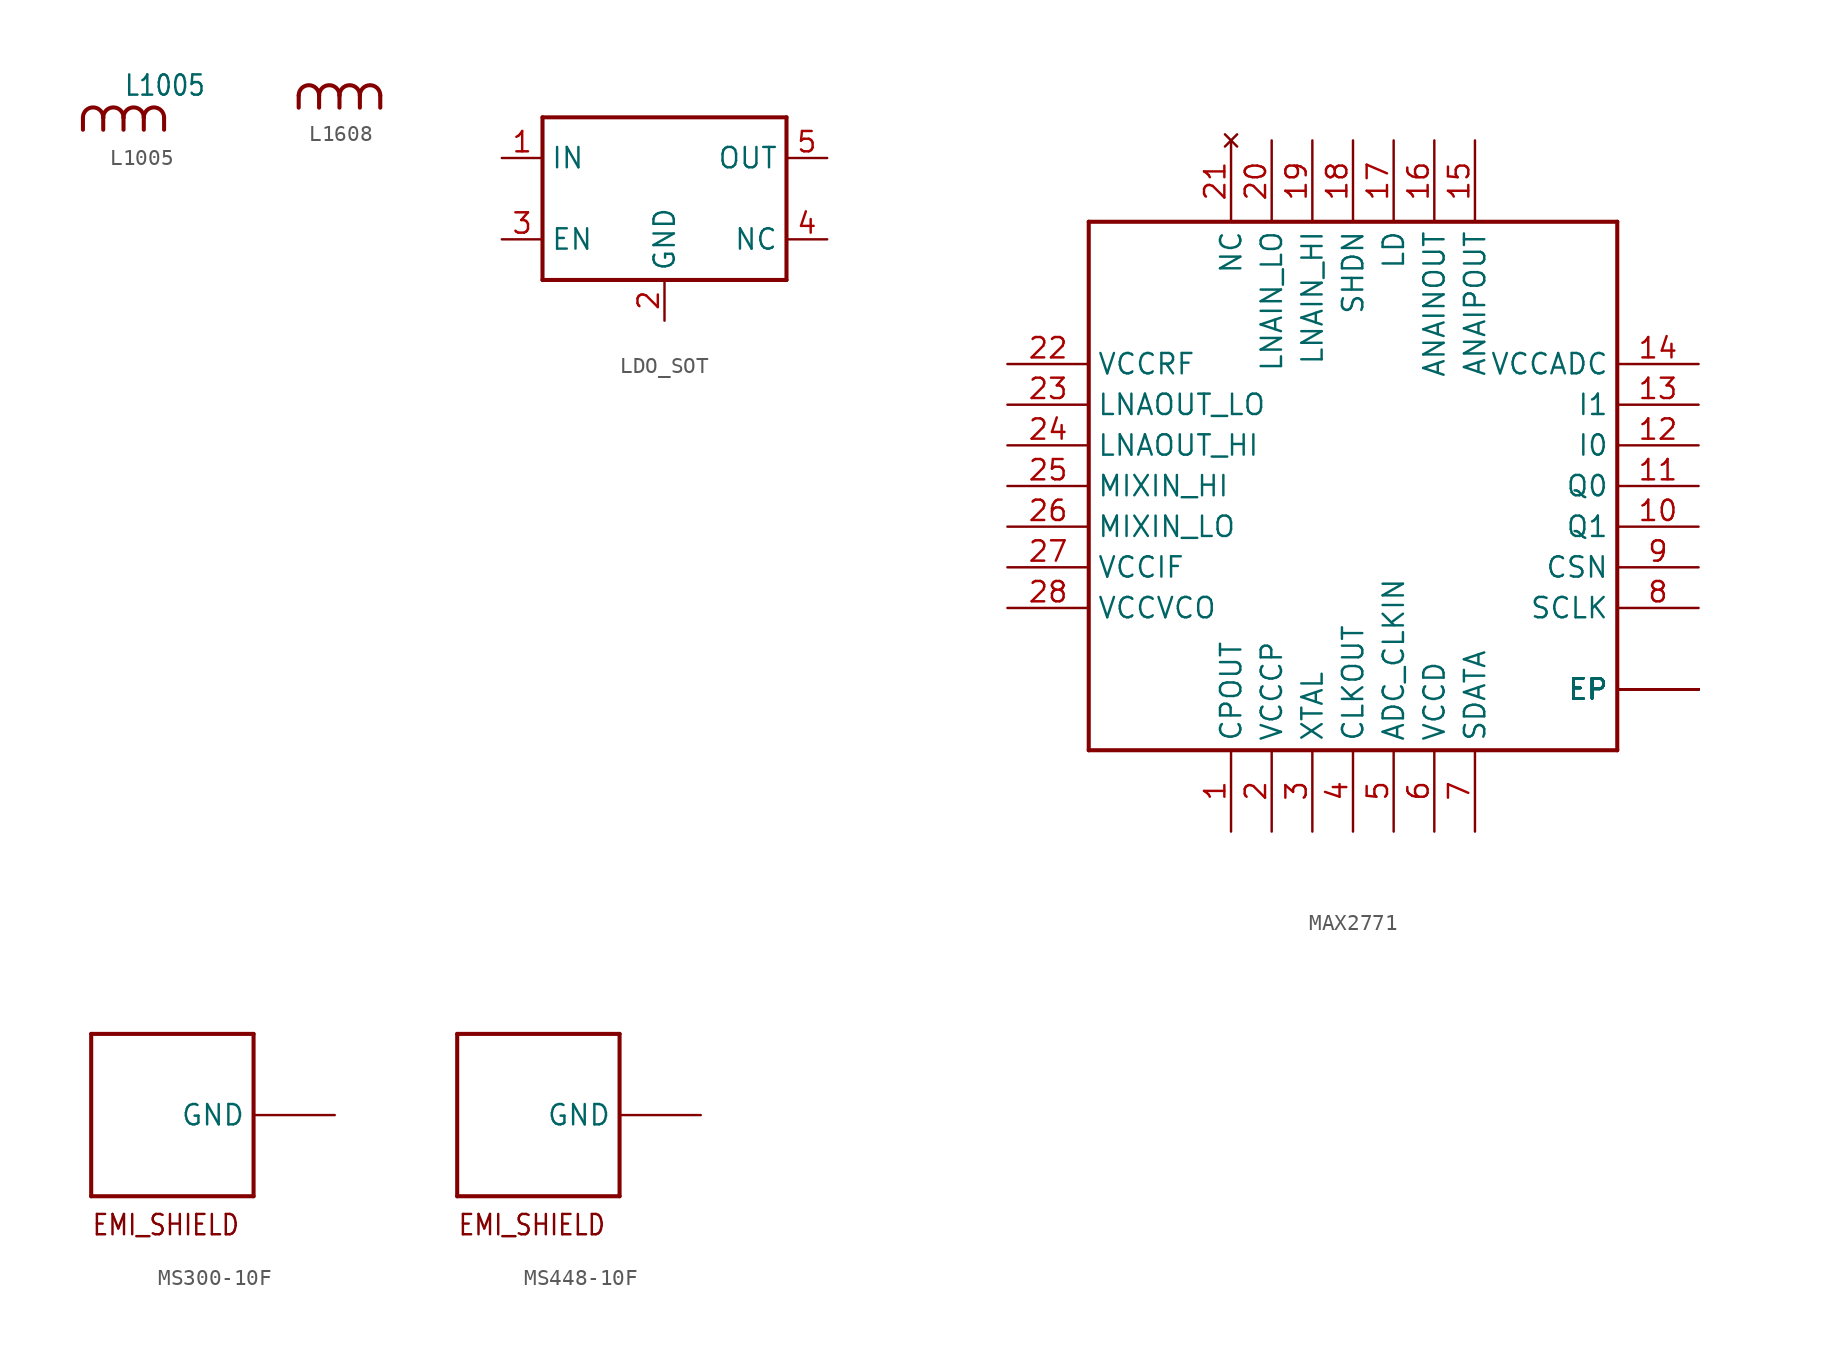
<source format=kicad_sym>
(kicad_symbol_lib
  (version 20231120)
  (generator "kicad_symbol_editor")
  (generator_version "8.0")
  (symbol "L1005"
    (property "Reference" ""
      (at -4.826 2.032 0)
      (effects (font (size 1.27 1.079)) (justify left bottom) (hide yes)))
    (property "Value" "L1005"
      (at 0 2.032 0)
      (effects (font (size 1.27 1.079)) (justify left bottom)))
    (property "ki_locked" ""
      (at 0 0 0)
      (effects (font (size 1.27 1.27))))
    (symbol "L1005_1_0"
      (arc (start -1.27 0.762) (mid -1.905 1.3943) (end -2.54 0.762) (stroke (width 0.254) (type solid)) (fill (type none)))
      (polyline (pts (xy -2.54 0) (xy -2.54 0.762)) (stroke (width 0.254) (type solid)) (fill (type none)))
      (polyline (pts (xy -1.27 0) (xy -1.27 0.762)) (stroke (width 0.254) (type solid)) (fill (type none)))
      (polyline (pts (xy 0 0) (xy 0 0.762)) (stroke (width 0.254) (type solid)) (fill (type none)))
      (polyline (pts (xy 1.27 0) (xy 1.27 0.762)) (stroke (width 0.254) (type solid)) (fill (type none)))
      (polyline (pts (xy 2.54 0.762) (xy 2.54 0)) (stroke (width 0.254) (type solid)) (fill (type none)))
      (arc (start 0 0.762) (mid -0.635 1.3943) (end -1.27 0.762) (stroke (width 0.254) (type solid)) (fill (type none)))
      (arc (start 1.27 0.762) (mid 0.635 1.3943) (end 0 0.762) (stroke (width 0.254) (type solid)) (fill (type none)))
      (arc (start 2.54 0.762) (mid 1.905 1.3943) (end 1.27 0.762) (stroke (width 0.254) (type solid)) (fill (type none)))
      (pin passive line (at -2.54 0 0) (length 0) (name "P$1" (effects (font (size 0 0)))) (number "1" (effects (font (size 0 0)))))
      (pin passive line (at 2.54 0 0) (length 0) (name "P$2" (effects (font (size 0 0)))) (number "2" (effects (font (size 0 0)))))))
  (symbol "L1608"
    (property "Reference" ""
      (at -4.826 2.032 0)
      (effects (font (size 1.27 1.079)) (justify left bottom) (hide yes)))
    (property "Value" ""
      (at 0 2.032 0)
      (effects (font (size 1.27 1.079)) (justify left bottom)))
    (property "ki_locked" ""
      (at 0 0 0)
      (effects (font (size 1.27 1.27))))
    (symbol "L1608_1_0"
      (arc (start -1.27 0.762) (mid -1.905 1.3943) (end -2.54 0.762) (stroke (width 0.254) (type solid)) (fill (type none)))
      (polyline (pts (xy -2.54 0) (xy -2.54 0.762)) (stroke (width 0.254) (type solid)) (fill (type none)))
      (polyline (pts (xy -1.27 0) (xy -1.27 0.762)) (stroke (width 0.254) (type solid)) (fill (type none)))
      (polyline (pts (xy 0 0) (xy 0 0.762)) (stroke (width 0.254) (type solid)) (fill (type none)))
      (polyline (pts (xy 1.27 0) (xy 1.27 0.762)) (stroke (width 0.254) (type solid)) (fill (type none)))
      (polyline (pts (xy 2.54 0.762) (xy 2.54 0)) (stroke (width 0.254) (type solid)) (fill (type none)))
      (arc (start 0 0.762) (mid -0.635 1.3943) (end -1.27 0.762) (stroke (width 0.254) (type solid)) (fill (type none)))
      (arc (start 1.27 0.762) (mid 0.635 1.3943) (end 0 0.762) (stroke (width 0.254) (type solid)) (fill (type none)))
      (arc (start 2.54 0.762) (mid 1.905 1.3943) (end 1.27 0.762) (stroke (width 0.254) (type solid)) (fill (type none)))
      (pin passive line (at -2.54 0 0) (length 0) (name "P$1" (effects (font (size 0 0)))) (number "1" (effects (font (size 0 0)))))
      (pin passive line (at 2.54 0 0) (length 0) (name "P$2" (effects (font (size 0 0)))) (number "2" (effects (font (size 0 0)))))))
  (symbol "LDO_SOT"
    (property "Reference" ""
      (at -10.16 6.35 0)
      (effects (font (size 1.778 1.511)) (justify left bottom) (hide yes)))
    (property "Value" ""
      (at 0 6.35 0)
      (effects (font (size 1.778 1.511)) (justify left bottom)))
    (property "ki_locked" ""
      (at 0 0 0)
      (effects (font (size 1.27 1.27))))
    (symbol "LDO_SOT_1_0"
      (polyline (pts (xy -7.62 -5.08) (xy -7.62 5.08)) (stroke (width 0.254) (type solid)) (fill (type none)))
      (polyline (pts (xy -7.62 5.08) (xy 7.62 5.08)) (stroke (width 0.254) (type solid)) (fill (type none)))
      (polyline (pts (xy 7.62 -5.08) (xy -7.62 -5.08)) (stroke (width 0.254) (type solid)) (fill (type none)))
      (polyline (pts (xy 7.62 5.08) (xy 7.62 -5.08)) (stroke (width 0.254) (type solid)) (fill (type none)))
      (pin bidirectional line (at -10.16 2.54 0) (length 2.54) (name "IN" (effects (font (size 1.27 1.27)))) (number "1" (effects (font (size 1.27 1.27)))))
      (pin bidirectional line (at 0 -7.62 90) (length 2.54) (name "GND" (effects (font (size 1.27 1.27)))) (number "2" (effects (font (size 1.27 1.27)))))
      (pin bidirectional line (at -10.16 -2.54 0) (length 2.54) (name "EN" (effects (font (size 1.27 1.27)))) (number "3" (effects (font (size 1.27 1.27)))))
      (pin bidirectional line (at 10.16 -2.54 180) (length 2.54) (name "NC" (effects (font (size 1.27 1.27)))) (number "4" (effects (font (size 1.27 1.27)))))
      (pin bidirectional line (at 10.16 2.54 180) (length 2.54) (name "OUT" (effects (font (size 1.27 1.27)))) (number "5" (effects (font (size 1.27 1.27)))))))
  (symbol "MAX2771"
    (property "Reference" ""
      (at -5.08 10.16 0)
      (effects (font (size 1.27 1.079)) (justify left bottom) (hide yes)))
    (property "Value" ""
      (at -5.08 5.08 0)
      (effects (font (size 1.27 1.079)) (justify left bottom)))
    (property "ki_locked" ""
      (at 0 0 0)
      (effects (font (size 1.27 1.27))))
    (symbol "MAX2771_1_0"
      (polyline (pts (xy -16.51 -16.51) (xy 16.51 -16.51)) (stroke (width 0.254) (type solid)) (fill (type none)))
      (polyline (pts (xy -16.51 16.51) (xy -16.51 -16.51)) (stroke (width 0.254) (type solid)) (fill (type none)))
      (polyline (pts (xy 16.51 -16.51) (xy 16.51 16.51)) (stroke (width 0.254) (type solid)) (fill (type none)))
      (polyline (pts (xy 16.51 16.51) (xy -16.51 16.51)) (stroke (width 0.254) (type solid)) (fill (type none)))
      (pin bidirectional line (at -7.62 -21.59 90) (length 5.08) (name "CPOUT" (effects (font (size 1.27 1.27)))) (number "1" (effects (font (size 1.27 1.27)))))
      (pin output line (at 21.59 -2.54 180) (length 5.08) (name "Q1" (effects (font (size 1.27 1.27)))) (number "10" (effects (font (size 1.27 1.27)))))
      (pin output line (at 21.59 0 180) (length 5.08) (name "Q0" (effects (font (size 1.27 1.27)))) (number "11" (effects (font (size 1.27 1.27)))))
      (pin output line (at 21.59 2.54 180) (length 5.08) (name "I0" (effects (font (size 1.27 1.27)))) (number "12" (effects (font (size 1.27 1.27)))))
      (pin output line (at 21.59 5.08 180) (length 5.08) (name "I1" (effects (font (size 1.27 1.27)))) (number "13" (effects (font (size 1.27 1.27)))))
      (pin power_in line (at 21.59 7.62 180) (length 5.08) (name "VCCADC" (effects (font (size 1.27 1.27)))) (number "14" (effects (font (size 1.27 1.27)))))
      (pin bidirectional line (at 7.62 21.59 270) (length 5.08) (name "ANAIPOUT" (effects (font (size 1.27 1.27)))) (number "15" (effects (font (size 1.27 1.27)))))
      (pin bidirectional line (at 5.08 21.59 270) (length 5.08) (name "ANAINOUT" (effects (font (size 1.27 1.27)))) (number "16" (effects (font (size 1.27 1.27)))))
      (pin output line (at 2.54 21.59 270) (length 5.08) (name "LD" (effects (font (size 1.27 1.27)))) (number "17" (effects (font (size 1.27 1.27)))))
      (pin bidirectional line (at 0 21.59 270) (length 5.08) (name "SHDN" (effects (font (size 1.27 1.27)))) (number "18" (effects (font (size 1.27 1.27)))))
      (pin bidirectional line (at -2.54 21.59 270) (length 5.08) (name "LNAIN_HI" (effects (font (size 1.27 1.27)))) (number "19" (effects (font (size 1.27 1.27)))))
      (pin power_in line (at -5.08 -21.59 90) (length 5.08) (name "VCCCP" (effects (font (size 1.27 1.27)))) (number "2" (effects (font (size 1.27 1.27)))))
      (pin bidirectional line (at -5.08 21.59 270) (length 5.08) (name "LNAIN_LO" (effects (font (size 1.27 1.27)))) (number "20" (effects (font (size 1.27 1.27)))))
      (pin no_connect line (at -7.62 21.59 270) (length 5.08) (name "NC" (effects (font (size 1.27 1.27)))) (number "21" (effects (font (size 1.27 1.27)))))
      (pin power_in line (at -21.59 7.62 0) (length 5.08) (name "VCCRF" (effects (font (size 1.27 1.27)))) (number "22" (effects (font (size 1.27 1.27)))))
      (pin output line (at -21.59 5.08 0) (length 5.08) (name "LNAOUT_LO" (effects (font (size 1.27 1.27)))) (number "23" (effects (font (size 1.27 1.27)))))
      (pin output line (at -21.59 2.54 0) (length 5.08) (name "LNAOUT_HI" (effects (font (size 1.27 1.27)))) (number "24" (effects (font (size 1.27 1.27)))))
      (pin input line (at -21.59 0 0) (length 5.08) (name "MIXIN_HI" (effects (font (size 1.27 1.27)))) (number "25" (effects (font (size 1.27 1.27)))))
      (pin input line (at -21.59 -2.54 0) (length 5.08) (name "MIXIN_LO" (effects (font (size 1.27 1.27)))) (number "26" (effects (font (size 1.27 1.27)))))
      (pin power_in line (at -21.59 -5.08 0) (length 5.08) (name "VCCIF" (effects (font (size 1.27 1.27)))) (number "27" (effects (font (size 1.27 1.27)))))
      (pin power_in line (at -21.59 -7.62 0) (length 5.08) (name "VCCVCO" (effects (font (size 1.27 1.27)))) (number "28" (effects (font (size 1.27 1.27)))))
      (pin bidirectional line (at -2.54 -21.59 90) (length 5.08) (name "XTAL" (effects (font (size 1.27 1.27)))) (number "3" (effects (font (size 1.27 1.27)))))
      (pin bidirectional line (at 0 -21.59 90) (length 5.08) (name "CLKOUT" (effects (font (size 1.27 1.27)))) (number "4" (effects (font (size 1.27 1.27)))))
      (pin bidirectional line (at 2.54 -21.59 90) (length 5.08) (name "ADC_CLKIN" (effects (font (size 1.27 1.27)))) (number "5" (effects (font (size 1.27 1.27)))))
      (pin power_in line (at 5.08 -21.59 90) (length 5.08) (name "VCCD" (effects (font (size 1.27 1.27)))) (number "6" (effects (font (size 1.27 1.27)))))
      (pin bidirectional line (at 7.62 -21.59 90) (length 5.08) (name "SDATA" (effects (font (size 1.27 1.27)))) (number "7" (effects (font (size 1.27 1.27)))))
      (pin input line (at 21.59 -7.62 180) (length 5.08) (name "SCLK" (effects (font (size 1.27 1.27)))) (number "8" (effects (font (size 1.27 1.27)))))
      (pin input line (at 21.59 -5.08 180) (length 5.08) (name "CSN" (effects (font (size 1.27 1.27)))) (number "9" (effects (font (size 1.27 1.27)))))
      (pin power_in line (at 21.59 -12.7 180) (length 5.08) (name "EP" (effects (font (size 1.27 1.27)))) (number "C1" (effects (font (size 0 0)))))
      (pin power_in line (at 21.59 -12.7 180) (length 5.08) (name "EP" (effects (font (size 1.27 1.27)))) (number "C2" (effects (font (size 0 0)))))
      (pin power_in line (at 21.59 -12.7 180) (length 5.08) (name "EP" (effects (font (size 1.27 1.27)))) (number "C3" (effects (font (size 0 0)))))
      (pin power_in line (at 21.59 -12.7 180) (length 5.08) (name "EP" (effects (font (size 1.27 1.27)))) (number "C4" (effects (font (size 0 0)))))
      (pin power_in line (at 21.59 -12.7 180) (length 5.08) (name "EP" (effects (font (size 1.27 1.27)))) (number "EP" (effects (font (size 0 0)))))
      (pin power_in line (at 21.59 -12.7 180) (length 5.08) (name "EP" (effects (font (size 1.27 1.27)))) (number "V1" (effects (font (size 0 0)))))
      (pin power_in line (at 21.59 -12.7 180) (length 5.08) (name "EP" (effects (font (size 1.27 1.27)))) (number "V2" (effects (font (size 0 0)))))
      (pin power_in line (at 21.59 -12.7 180) (length 5.08) (name "EP" (effects (font (size 1.27 1.27)))) (number "V3" (effects (font (size 0 0)))))
      (pin power_in line (at 21.59 -12.7 180) (length 5.08) (name "EP" (effects (font (size 1.27 1.27)))) (number "V4" (effects (font (size 0 0)))))
      (pin power_in line (at 21.59 -12.7 180) (length 5.08) (name "EP" (effects (font (size 1.27 1.27)))) (number "V5" (effects (font (size 0 0)))))
      (pin power_in line (at 21.59 -12.7 180) (length 5.08) (name "EP" (effects (font (size 1.27 1.27)))) (number "V6" (effects (font (size 0 0)))))
      (pin power_in line (at 21.59 -12.7 180) (length 5.08) (name "EP" (effects (font (size 1.27 1.27)))) (number "V7" (effects (font (size 0 0)))))
      (pin power_in line (at 21.59 -12.7 180) (length 5.08) (name "EP" (effects (font (size 1.27 1.27)))) (number "V8" (effects (font (size 0 0)))))
      (pin power_in line (at 21.59 -12.7 180) (length 5.08) (name "EP" (effects (font (size 1.27 1.27)))) (number "V9" (effects (font (size 0 0)))))))
  (symbol "MS300-10F"
    (property "Reference" ""
      (at 0 0 0)
      (effects (font (size 1.27 1.27)) (hide yes)))
    (property "ki_locked" ""
      (at 0 0 0)
      (effects (font (size 1.27 1.27))))
    (symbol "MS300-10F_1_0"
      (polyline (pts (xy -5.08 -5.08) (xy 5.08 -5.08)) (stroke (width 0.254) (type solid)) (fill (type none)))
      (polyline (pts (xy -5.08 5.08) (xy -5.08 -5.08)) (stroke (width 0.254) (type solid)) (fill (type none)))
      (polyline (pts (xy 5.08 -5.08) (xy 5.08 5.08)) (stroke (width 0.254) (type solid)) (fill (type none)))
      (polyline (pts (xy 5.08 5.08) (xy -5.08 5.08)) (stroke (width 0.254) (type solid)) (fill (type none)))
      (text "EMI_SHIELD" (at -5.08 -7.62 0) (effects (font (size 1.27 1.079)) (justify left bottom)))
      (pin unspecified line (at 10.16 0 180) (length 5.08) (name "GND" (effects (font (size 1.27 1.27)))) (number "P1" (effects (font (size 0 0)))))))
  (symbol "MS448-10F"
    (property "Reference" ""
      (at 0 0 0)
      (effects (font (size 1.27 1.27)) (hide yes)))
    (property "ki_locked" ""
      (at 0 0 0)
      (effects (font (size 1.27 1.27))))
    (symbol "MS448-10F_1_0"
      (polyline (pts (xy -5.08 -5.08) (xy 5.08 -5.08)) (stroke (width 0.254) (type solid)) (fill (type none)))
      (polyline (pts (xy -5.08 5.08) (xy -5.08 -5.08)) (stroke (width 0.254) (type solid)) (fill (type none)))
      (polyline (pts (xy 5.08 -5.08) (xy 5.08 5.08)) (stroke (width 0.254) (type solid)) (fill (type none)))
      (polyline (pts (xy 5.08 5.08) (xy -5.08 5.08)) (stroke (width 0.254) (type solid)) (fill (type none)))
      (text "EMI_SHIELD" (at -5.08 -7.62 0) (effects (font (size 1.27 1.079)) (justify left bottom)))
      (pin bidirectional line (at 10.16 0 180) (length 5.08) (name "GND" (effects (font (size 1.27 1.27)))) (number "P" (effects (font (size 0 0))))))))
</source>
